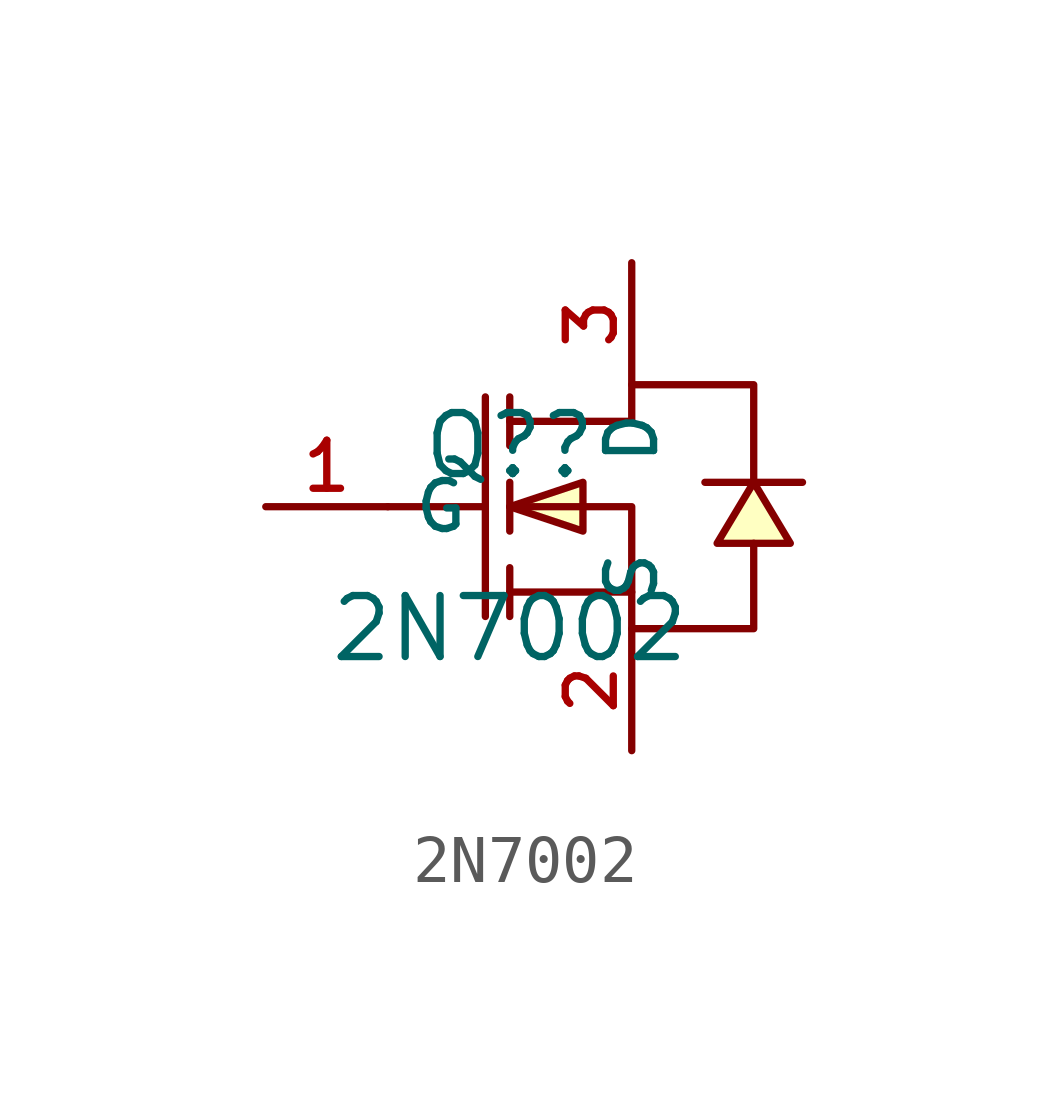
<source format=kicad_sym>
(kicad_symbol_lib
  (version 20210201)
  (generator TousstNicolas/JLC2KiCad_lib)
  (symbol "2N7002"
    (property "Reference" "Q?"
      (at 0 1.27 0)
      (effects (font (size 1.27 1.27))))
    (property "Value" "2N7002"
      (at 0 -2.54 0)
      (effects (font (size 1.27 1.27))))
    (symbol "2N7002_0_1"
      (polyline (pts (xy 0.0 -0.0) (xy 1.524 -0.508) (xy 1.524 0.508) (xy 0.0 -0.0)) (stroke (width 0) (type default) (color 0 0 0 0)) (fill (type background)))
      (polyline (pts (xy 5.08 0.508) (xy 4.318 -0.762) (xy 5.842 -0.762) (xy 5.08 0.508)) (stroke (width 0) (type default) (color 0 0 0 0)) (fill (type background)))
      (polyline (pts (xy 0.0 1.778) (xy 2.54 1.778) (xy 2.54 2.54) (xy 5.08 2.54) (xy 5.08 0.508)) (stroke (width 0) (type default) (color 0 0 0 0)) (fill (type none)))
      (polyline (pts (xy 0.0 -0.0) (xy 2.54 -0.0) (xy 2.54 -2.54) (xy 5.08 -2.54) (xy 5.08 -0.762)) (stroke (width 0) (type default) (color 0 0 0 0)) (fill (type none)))
      (polyline (pts (xy 2.54 -1.778) (xy 0.0 -1.778)) (stroke (width 0) (type default) (color 0 0 0 0)) (fill (type none)))
      (polyline (pts (xy -0.508 2.286) (xy -0.508 -2.286)) (stroke (width 0) (type default) (color 0 0 0 0)) (fill (type none)))
      (polyline (pts (xy 0.0 2.286) (xy 0.0 1.27)) (stroke (width 0) (type default) (color 0 0 0 0)) (fill (type none)))
      (polyline (pts (xy 0.0 -0.508) (xy 0.0 0.508)) (stroke (width 0) (type default) (color 0 0 0 0)) (fill (type none)))
      (polyline (pts (xy 0.0 -2.286) (xy 0.0 -1.27)) (stroke (width 0) (type default) (color 0 0 0 0)) (fill (type none)))
      (polyline (pts (xy -2.54 -0.0) (xy -0.508 -0.0)) (stroke (width 0) (type default) (color 0 0 0 0)) (fill (type none)))
      (polyline (pts (xy 6.096 0.508) (xy 5.588 0.508) (xy 4.572 0.508) (xy 4.064 0.508)) (stroke (width 0) (type default) (color 0 0 0 0)) (fill (type none)))
      (pin unspecified line (at 2.54 5.08 270) (length 2.54) (name "D" (effects (font (size 1 1)))) (number "3" (effects (font (size 1 1)))))
      (pin unspecified line (at -5.08 -0.0 0) (length 2.54) (name "G" (effects (font (size 1 1)))) (number "1" (effects (font (size 1 1)))))
      (pin unspecified line (at 2.54 -5.08 90) (length 2.54) (name "S" (effects (font (size 1 1)))) (number "2" (effects (font (size 1 1))))))))
</source>
